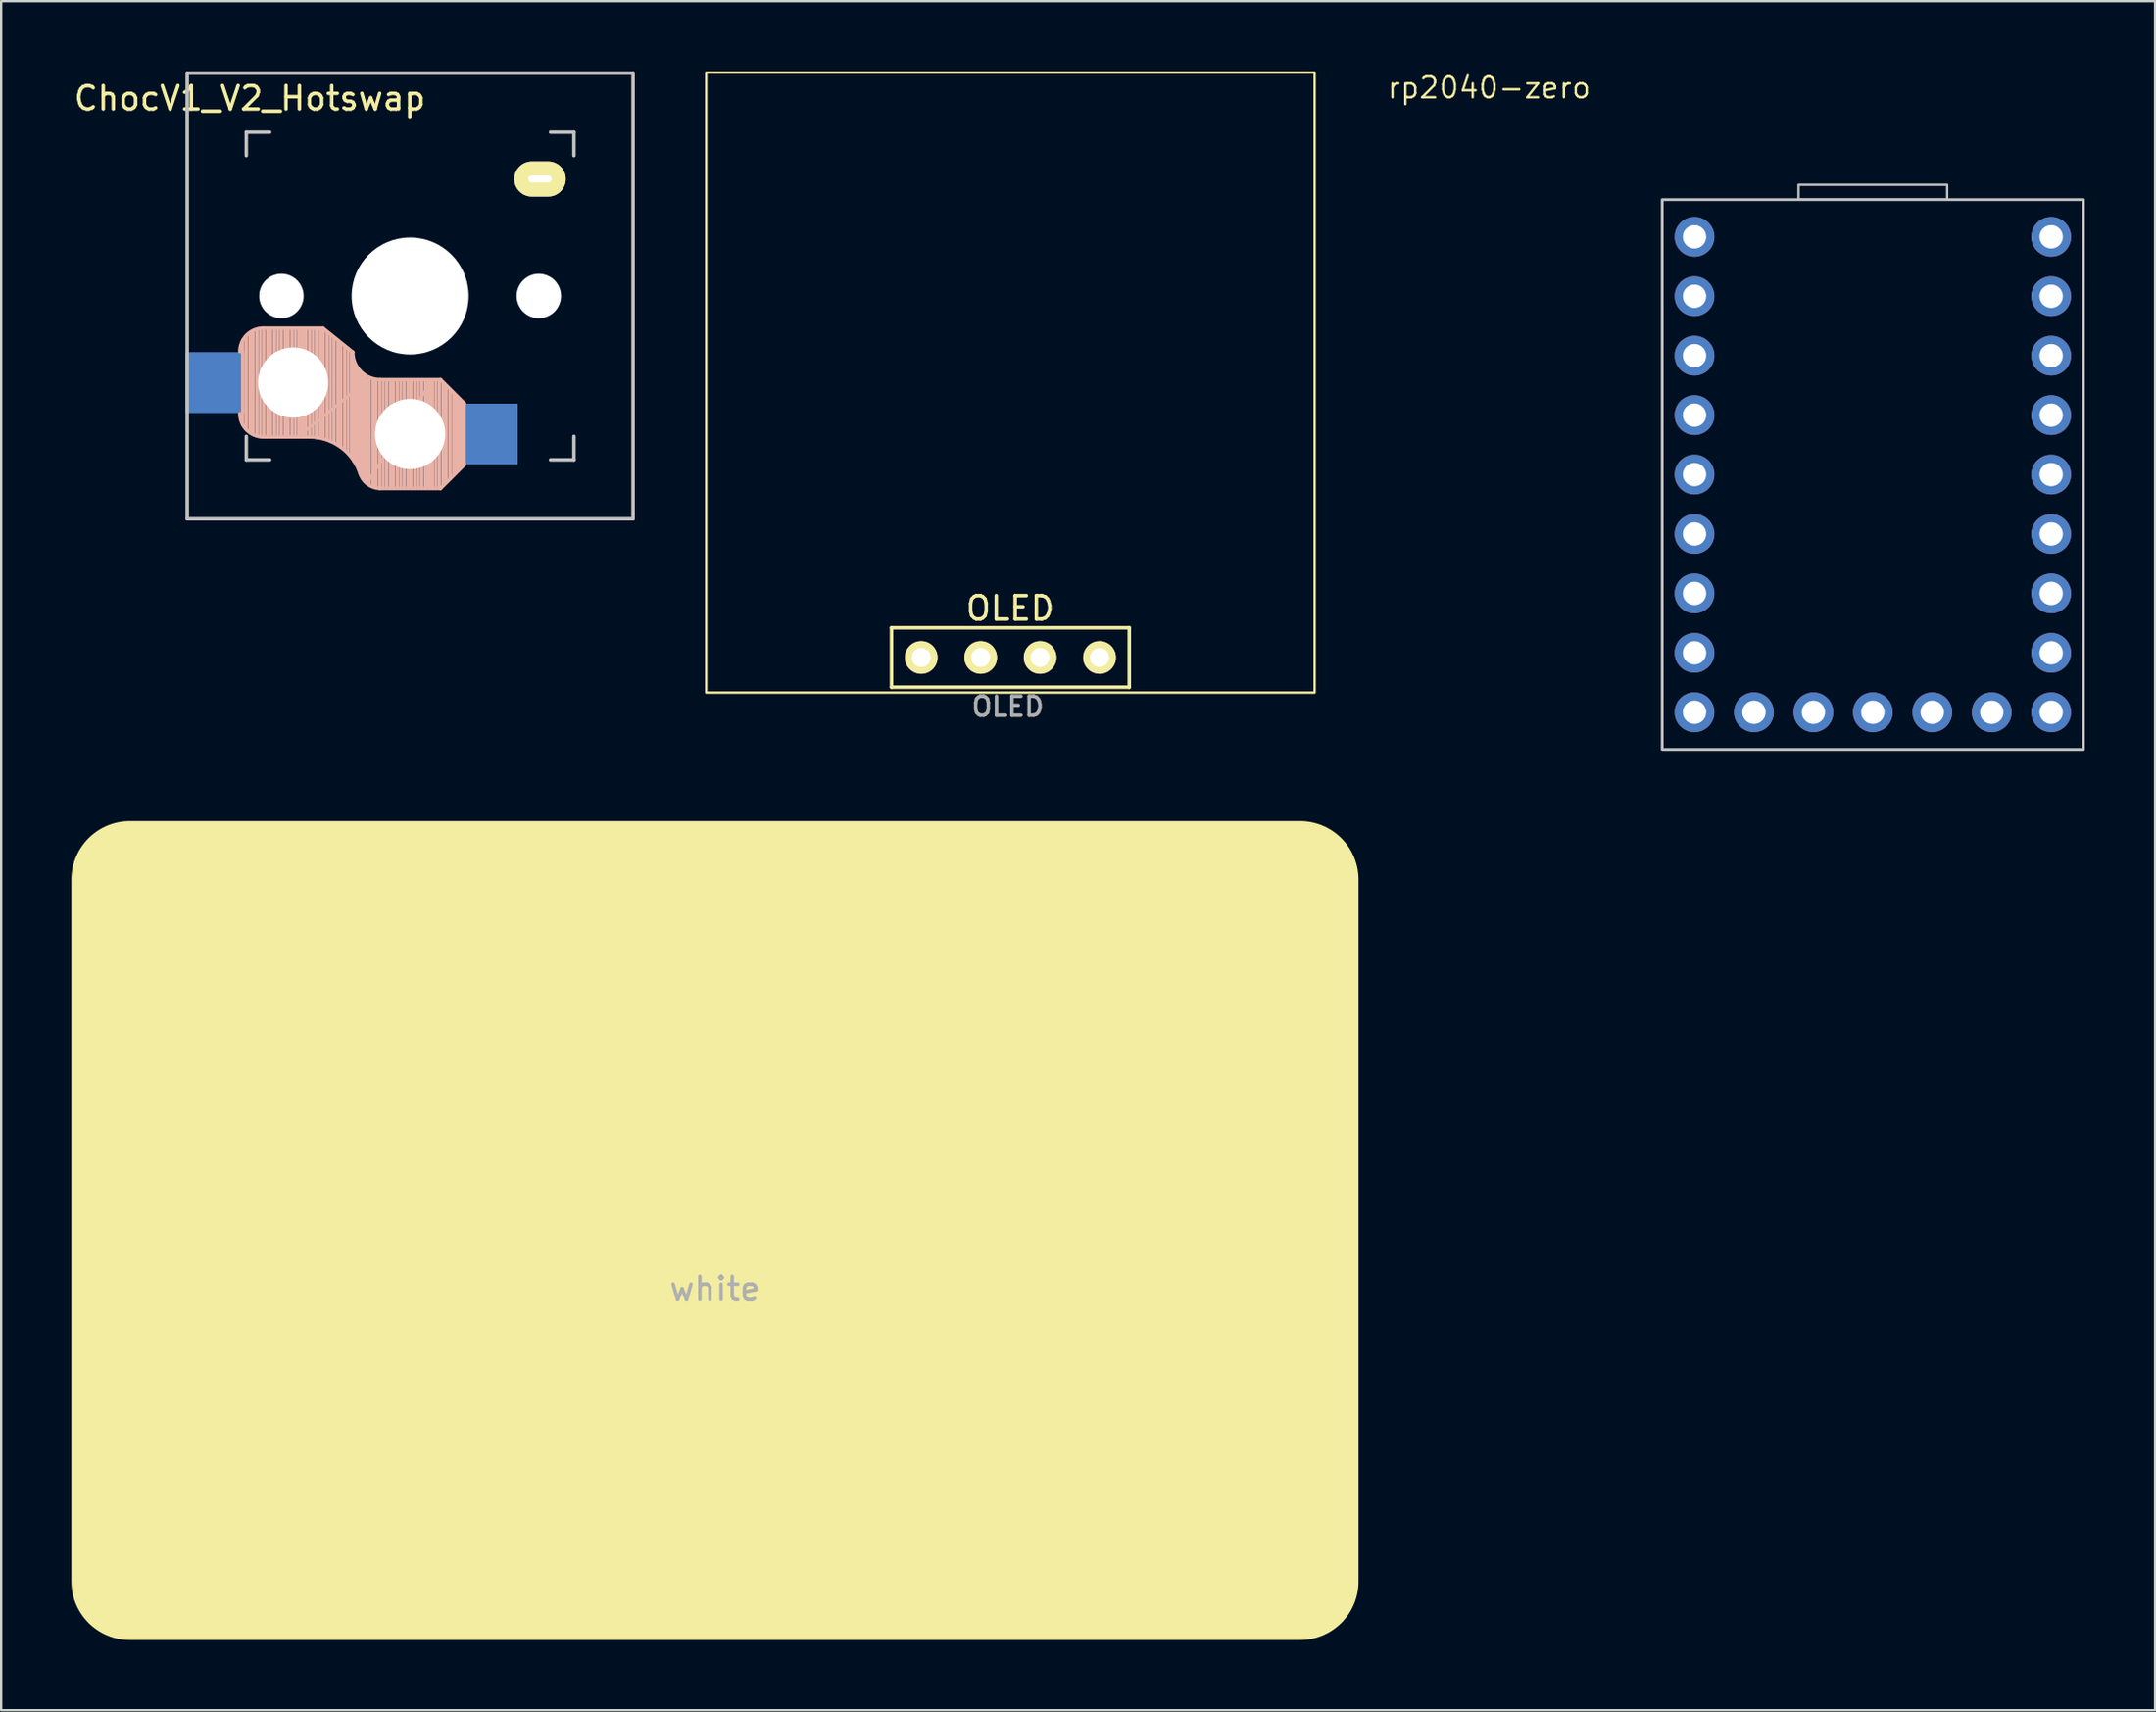
<source format=kicad_pcb>
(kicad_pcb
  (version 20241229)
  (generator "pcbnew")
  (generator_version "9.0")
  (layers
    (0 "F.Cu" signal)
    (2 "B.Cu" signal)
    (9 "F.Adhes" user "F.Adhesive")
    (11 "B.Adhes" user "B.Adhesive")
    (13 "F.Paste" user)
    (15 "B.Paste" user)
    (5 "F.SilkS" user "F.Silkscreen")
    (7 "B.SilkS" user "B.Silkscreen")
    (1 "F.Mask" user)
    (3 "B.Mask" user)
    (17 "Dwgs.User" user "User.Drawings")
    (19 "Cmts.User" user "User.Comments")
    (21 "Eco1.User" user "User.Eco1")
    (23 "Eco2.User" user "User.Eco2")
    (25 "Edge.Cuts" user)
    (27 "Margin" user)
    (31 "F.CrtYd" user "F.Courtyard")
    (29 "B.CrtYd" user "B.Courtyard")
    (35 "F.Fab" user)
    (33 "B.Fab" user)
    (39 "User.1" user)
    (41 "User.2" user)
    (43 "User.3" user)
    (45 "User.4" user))
  (footprint "ChocV1_V2_Hotswap"
    (layer "F.Cu")
    (at 14.475 9.6)
    (property "Reference" "ChocV1_V2_Hotswap" (at -6.85 -8.45 0) (layer "F.SilkS") (effects (font (size 1 1) (thickness 0.15))))
    (attr through_hole)
    (fp_line (start -7.15 5.5) (end -7.15 1.9) (stroke (width 0.15) (type solid)) (layer "B.SilkS"))
    (fp_line (start -7 5.7) (end -7 1.7) (stroke (width 0.15) (type solid)) (layer "B.SilkS"))
    (fp_line (start -6.85 5.8) (end -6.85 1.6) (stroke (width 0.15) (type solid)) (layer "B.SilkS"))
    (fp_line (start -6.7 5.9) (end -6.7 1.5) (stroke (width 0.15) (type solid)) (layer "B.SilkS"))
    (fp_line (start -6.55 5.95) (end -6.55 1.45) (stroke (width 0.15) (type solid)) (layer "B.SilkS"))
    (fp_line (start -6.4 6) (end -6.4 1.45) (stroke (width 0.15) (type solid)) (layer "B.SilkS"))
    (fp_line (start -6.25 6) (end -6.25 1.4) (stroke (width 0.15) (type solid)) (layer "B.SilkS"))
    (fp_line (start -6.1 6) (end -6.1 1.4) (stroke (width 0.15) (type solid)) (layer "B.SilkS"))
    (fp_line (start -5.95 6) (end -5.95 1.4) (stroke (width 0.15) (type solid)) (layer "B.SilkS"))
    (fp_line (start -5.8 6) (end -5.8 1.4) (stroke (width 0.15) (type solid)) (layer "B.SilkS"))
    (fp_line (start -5.65 6) (end -5.65 1.4) (stroke (width 0.15) (type solid)) (layer "B.SilkS"))
    (fp_line (start -5.5 6) (end -5.5 1.4) (stroke (width 0.15) (type solid)) (layer "B.SilkS"))
    (fp_line (start -5.35 6) (end -5.35 1.4) (stroke (width 0.15) (type solid)) (layer "B.SilkS"))
    (fp_line (start -5.2 6) (end -5.2 1.4) (stroke (width 0.15) (type solid)) (layer "B.SilkS"))
    (fp_line (start -5.05 6) (end -5.05 1.4) (stroke (width 0.15) (type solid)) (layer "B.SilkS"))
    (fp_line (start -4.9 6) (end -4.9 1.4) (stroke (width 0.15) (type solid)) (layer "B.SilkS"))
    (fp_line (start -4.75 6) (end -4.75 1.4) (stroke (width 0.15) (type solid)) (layer "B.SilkS"))
    (fp_line (start -4.65 5.9) (end -4.65 1.4) (stroke (width 0.12) (type solid)) (layer "B.SilkS"))
    (fp_line (start -4.6 6) (end -4.6 1.4) (stroke (width 0.15) (type solid)) (layer "B.SilkS"))
    (fp_line (start -4.45 6) (end -4.45 1.4) (stroke (width 0.15) (type solid)) (layer "B.SilkS"))
    (fp_line (start -4.3 6) (end -4.3 1.4) (stroke (width 0.15) (type solid)) (layer "B.SilkS"))
    (fp_line (start -4.3 6.025) (end -6.275 6.025) (stroke (width 0.15) (type solid)) (layer "B.SilkS"))
    (fp_line (start -4.15 6) (end -4.15 1.45) (stroke (width 0.15) (type solid)) (layer "B.SilkS"))
    (fp_line (start -4 6.05) (end -4 1.4) (stroke (width 0.15) (type solid)) (layer "B.SilkS"))
    (fp_line (start -3.85 6.05) (end -3.85 1.4) (stroke (width 0.15) (type solid)) (layer "B.SilkS"))
    (fp_line (start -3.725 1.375) (end -6.275 1.375) (stroke (width 0.15) (type solid)) (layer "B.SilkS"))
    (fp_line (start -3.725 1.375) (end -2.45 2.4) (stroke (width 0.15) (type solid)) (layer "B.SilkS"))
    (fp_line (start -3.7 6.05) (end -3.7 1.45) (stroke (width 0.15) (type solid)) (layer "B.SilkS"))
    (fp_line (start -3.55 6.1) (end -3.55 1.55) (stroke (width 0.15) (type solid)) (layer "B.SilkS"))
    (fp_line (start -3.4 6.2) (end -3.4 1.65) (stroke (width 0.15) (type solid)) (layer "B.SilkS"))
    (fp_line (start -3.25 6.25) (end -3.25 1.8) (stroke (width 0.15) (type solid)) (layer "B.SilkS"))
    (fp_line (start -3.1 6.35) (end -3.1 1.9) (stroke (width 0.15) (type solid)) (layer "B.SilkS"))
    (fp_line (start -2.95 6.45) (end -2.95 2.05) (stroke (width 0.15) (type solid)) (layer "B.SilkS"))
    (fp_line (start -2.8 6.55) (end -2.8 2.15) (stroke (width 0.15) (type solid)) (layer "B.SilkS"))
    (fp_line (start -2.65 6.7) (end -2.65 2.25) (stroke (width 0.15) (type solid)) (layer "B.SilkS"))
    (fp_line (start -2.5 6.85) (end -2.5 2.4) (stroke (width 0.15) (type solid)) (layer "B.SilkS"))
    (fp_line (start -2.4 7.05) (end -2.4 2.9) (stroke (width 0.15) (type solid)) (layer "B.SilkS"))
    (fp_line (start -2.3 7.2) (end -2.3 3.05) (stroke (width 0.15) (type solid)) (layer "B.SilkS"))
    (fp_line (start -2.2 7.4) (end -2.2 3.25) (stroke (width 0.15) (type solid)) (layer "B.SilkS"))
    (fp_line (start -2.1 7.55) (end -2.1 3.35) (stroke (width 0.15) (type solid)) (layer "B.SilkS"))
    (fp_line (start -2 7.8) (end -2 3.4) (stroke (width 0.15) (type solid)) (layer "B.SilkS"))
    (fp_line (start -1.9 7.95) (end -1.9 3.45) (stroke (width 0.15) (type solid)) (layer "B.SilkS"))
    (fp_line (start -1.8 3.6) (end -4.65 5.9) (stroke (width 0.12) (type solid)) (layer "B.SilkS"))
    (fp_line (start -1.8 7.95) (end -1.8 3.6) (stroke (width 0.12) (type solid)) (layer "B.SilkS"))
    (fp_line (start -1.75 8.05) (end -1.75 3.5) (stroke (width 0.15) (type solid)) (layer "B.SilkS"))
    (fp_line (start -1.6 8.15) (end -1.6 3.6) (stroke (width 0.15) (type solid)) (layer "B.SilkS"))
    (fp_line (start -1.45 8.2) (end -1.45 3.6) (stroke (width 0.15) (type solid)) (layer "B.SilkS"))
    (fp_line (start -1.3 8.2) (end -1.3 3.6) (stroke (width 0.15) (type solid)) (layer "B.SilkS"))
    (fp_line (start -1.15 8.2) (end -1.15 3.65) (stroke (width 0.15) (type solid)) (layer "B.SilkS"))
    (fp_line (start -1 8.2) (end -1 3.6) (stroke (width 0.15) (type solid)) (layer "B.SilkS"))
    (fp_line (start -0.85 8.2) (end -0.85 3.6) (stroke (width 0.15) (type solid)) (layer "B.SilkS"))
    (fp_line (start -0.7 8.2) (end -0.7 3.6) (stroke (width 0.15) (type solid)) (layer "B.SilkS"))
    (fp_line (start -0.55 8.2) (end -0.55 3.6) (stroke (width 0.15) (type solid)) (layer "B.SilkS"))
    (fp_line (start -0.4 8.2) (end -0.4 3.6) (stroke (width 0.15) (type solid)) (layer "B.SilkS"))
    (fp_line (start -0.25 8.2) (end -0.25 3.6) (stroke (width 0.15) (type solid)) (layer "B.SilkS"))
    (fp_line (start -0.1 8.2) (end -0.1 3.6) (stroke (width 0.15) (type solid)) (layer "B.SilkS"))
    (fp_line (start 0.05 8.2) (end 0.05 3.6) (stroke (width 0.15) (type solid)) (layer "B.SilkS"))
    (fp_line (start 0.2 8.2) (end 0.2 3.6) (stroke (width 0.15) (type solid)) (layer "B.SilkS"))
    (fp_line (start 0.35 8.2) (end 0.35 3.6) (stroke (width 0.15) (type solid)) (layer "B.SilkS"))
    (fp_line (start 0.5 8.2) (end 0.5 3.6) (stroke (width 0.15) (type solid)) (layer "B.SilkS"))
    (fp_line (start 0.65 8.2) (end 0.65 3.6) (stroke (width 0.15) (type solid)) (layer "B.SilkS"))
    (fp_line (start 0.8 8.2) (end 0.8 3.6) (stroke (width 0.15) (type solid)) (layer "B.SilkS"))
    (fp_line (start 0.9 3.65) (end -1.8 7.95) (stroke (width 0.12) (type solid)) (layer "B.SilkS"))
    (fp_line (start 0.9 8.1) (end 0.9 3.65) (stroke (width 0.12) (type solid)) (layer "B.SilkS"))
    (fp_line (start 0.95 8.2) (end 0.95 3.6) (stroke (width 0.15) (type solid)) (layer "B.SilkS"))
    (fp_line (start 1.1 8.2) (end 1.1 3.6) (stroke (width 0.15) (type solid)) (layer "B.SilkS"))
    (fp_line (start 1.25 8.2) (end 1.25 3.6) (stroke (width 0.15) (type solid)) (layer "B.SilkS"))
    (fp_line (start 1.3 3.575) (end -1.275 3.575) (stroke (width 0.15) (type solid)) (layer "B.SilkS"))
    (fp_line (start 1.3 3.575) (end 2.325 4.6) (stroke (width 0.15) (type solid)) (layer "B.SilkS"))
    (fp_line (start 1.3 8.225) (end -1.3 8.225) (stroke (width 0.15) (type solid)) (layer "B.SilkS"))
    (fp_line (start 1.3 8.225) (end 2.325 7.2) (stroke (width 0.15) (type solid)) (layer "B.SilkS"))
    (fp_line (start 1.4 8.1) (end 1.4 3.7) (stroke (width 0.15) (type solid)) (layer "B.SilkS"))
    (fp_line (start 1.55 7.95) (end 1.55 3.85) (stroke (width 0.15) (type solid)) (layer "B.SilkS"))
    (fp_line (start 1.7 7.8) (end 1.7 4) (stroke (width 0.15) (type solid)) (layer "B.SilkS"))
    (fp_line (start 1.85 7.65) (end 1.85 4.15) (stroke (width 0.15) (type solid)) (layer "B.SilkS"))
    (fp_line (start 1.95 7.55) (end 1.95 4.25) (stroke (width 0.15) (type solid)) (layer "B.SilkS"))
    (fp_line (start 2.05 7.45) (end 2.05 4.35) (stroke (width 0.15) (type solid)) (layer "B.SilkS"))
    (fp_line (start 2.15 7.35) (end 2.15 4.45) (stroke (width 0.15) (type solid)) (layer "B.SilkS"))
    (fp_line (start 2.3 4.575) (end 2.3 7.225) (stroke (width 0.15) (type solid)) (layer "B.SilkS"))
    (fp_arc (start -7.275 2.375) (mid -6.982107 1.667893) (end -6.275 1.375) (stroke (width 0.15) (type solid)) (layer "B.SilkS"))
    (fp_arc (start -6.275 6.025) (mid -6.982107 5.732107) (end -7.275 5.025) (stroke (width 0.15) (type solid)) (layer "B.SilkS"))
    (fp_arc (start -4.3 6.025) (mid -2.995114 6.436429) (end -2.162199 7.521904) (stroke (width 0.15) (type solid)) (layer "B.SilkS"))
    (fp_arc (start -1.300995 8.223791) (mid -1.848284 8.016021) (end -2.162199 7.521904) (stroke (width 0.15) (type solid)) (layer "B.SilkS"))
    (fp_arc (start -1.275 3.575) (mid -2.10585 3.23085) (end -2.45 2.4) (stroke (width 0.15) (type solid)) (layer "B.SilkS"))
    (fp_line (start -9.525 -9.525) (end 9.525 -9.525) (stroke (width 0.15) (type solid)) (layer "Dwgs.User"))
    (fp_line (start -9.525 9.525) (end -9.525 -9.525) (stroke (width 0.15) (type solid)) (layer "Dwgs.User"))
    (fp_line (start -7 -7) (end -6 -7) (stroke (width 0.15) (type solid)) (layer "Dwgs.User"))
    (fp_line (start -7 -6) (end -7 -7) (stroke (width 0.15) (type solid)) (layer "Dwgs.User"))
    (fp_line (start -7 7) (end -7 6) (stroke (width 0.15) (type solid)) (layer "Dwgs.User"))
    (fp_line (start -6 7) (end -7 7) (stroke (width 0.15) (type solid)) (layer "Dwgs.User"))
    (fp_line (start 6 7) (end 7 7) (stroke (width 0.15) (type solid)) (layer "Dwgs.User"))
    (fp_line (start 7 -7) (end 6 -7) (stroke (width 0.15) (type solid)) (layer "Dwgs.User"))
    (fp_line (start 7 -6) (end 7 -7) (stroke (width 0.15) (type solid)) (layer "Dwgs.User"))
    (fp_line (start 7 7) (end 7 6) (stroke (width 0.15) (type solid)) (layer "Dwgs.User"))
    (fp_line (start 9.525 -9.525) (end 9.525 9.525) (stroke (width 0.15) (type solid)) (layer "Dwgs.User"))
    (fp_line (start 9.525 9.525) (end -9.525 9.525) (stroke (width 0.15) (type solid)) (layer "Dwgs.User"))
    (pad "" np_thru_hole circle (at -5.5 0 90) (size 1.9 1.9) (drill 1.9) (layers "*.Cu" "*.Mask"))
    (pad "" np_thru_hole circle (at -5 3.7 90) (size 3 3) (drill 3) (layers "*.Cu" "*.Mask"))
    (pad "" np_thru_hole circle (at 0 0 90) (size 5 5) (drill 5) (layers "*.Cu" "*.Mask"))
    (pad "" np_thru_hole circle (at 0 5.9 90) (size 3 3) (drill 3) (layers "*.Cu" "*.Mask"))
    (pad "" np_thru_hole circle (at 5.5 0 90) (size 1.9 1.9) (drill 1.9) (layers "*.Cu" "*.Mask"))
    (pad "" thru_hole oval (at 5.55 -5 180) (size 2.2 1.5) (drill oval 1 0.3) (layers "*.Cu" "B.Mask" "F.SilkS"))
    (pad "1" smd rect (at -8.3 3.7 180) (size 2.6 2.6) (layers "B.Cu" "B.Mask" "B.Paste"))
    (pad "2" smd rect (at 3.3 5.9 180) (size 2.6 2.6) (layers "B.Cu" "B.Mask" "B.Paste")))
  (footprint "OLED"
    (layer "F.Cu")
    (at 40.125 25.05)
    (property "Reference" "OLED" (at -0.11 2.1 180) (layer "F.Fab") (effects (font (size 0.813 0.813) (thickness 0.15))))
    (attr through_hole)
    (fp_line (start -5.08 -1.27) (end 5.08 -1.27) (stroke (width 0.15) (type solid)) (layer "F.SilkS"))
    (fp_line (start -5.08 1.27) (end -5.08 -1.27) (stroke (width 0.15) (type solid)) (layer "F.SilkS"))
    (fp_line (start -5.08 1.27) (end 5.08 1.27) (stroke (width 0.15) (type solid)) (layer "F.SilkS"))
    (fp_line (start 5.08 -1.27) (end 5.08 1.27) (stroke (width 0.15) (type solid)) (layer "F.SilkS"))
    (fp_rect (start -13 -25) (end 13 1.5) (stroke (width 0.1) (type default)) (fill no) (layer "F.SilkS"))
    (fp_text user "OLED" (at -0.01 -2.1 0) (layer "F.SilkS") (effects (font (size 1 1) (thickness 0.15))))
    (pad "1" thru_hole circle (at -3.81 0) (size 1.397 1.397) (drill 0.813) (layers "*.Cu" "*.Mask" "F.SilkS"))
    (pad "2" thru_hole circle (at -1.27 0) (size 1.397 1.397) (drill 0.813) (layers "*.Cu" "*.Mask" "F.SilkS"))
    (pad "3" thru_hole circle (at 1.27 0) (size 1.397 1.397) (drill 0.813) (layers "*.Cu" "*.Mask" "F.SilkS"))
    (pad "4" thru_hole circle (at 3.81 0) (size 1.397 1.397) (drill 0.813) (layers "*.Cu" "*.Mask" "F.SilkS")))
  (footprint "rp2040-zero"
    (layer "F.Cu")
    (at 76.977 17.231)
    (property "Reference" "rp2040-zero" (at -16.399 -16.533 0) (layer "F.SilkS") (effects (font (size 0.889 0.889) (thickness 0.102))))
    (attr through_hole exclude_from_pos_files)
    (fp_rect (start -9 -11.75) (end 9 11.75) (stroke (width 0.12) (type solid)) (fill no) (layer "Dwgs.User"))
    (fp_rect (start -3.175 -11.75) (end 3.175 -12.385) (stroke (width 0.1) (type default)) (fill no) (layer "Dwgs.User"))
    (pad "1" thru_hole oval (at 7.62 -10.16 180) (size 1.7 1.7) (drill 1) (layers "*.Cu" "*.Mask"))
    (pad "2" thru_hole oval (at 7.62 -7.62 180) (size 1.7 1.7) (drill 1) (layers "*.Cu" "*.Mask"))
    (pad "3" thru_hole oval (at 7.62 -5.08 180) (size 1.7 1.7) (drill 1) (layers "*.Cu" "*.Mask"))
    (pad "4" thru_hole oval (at 7.62 -2.54 180) (size 1.7 1.7) (drill 1) (layers "*.Cu" "*.Mask"))
    (pad "5" thru_hole oval (at 7.62 0 180) (size 1.7 1.7) (drill 1) (layers "*.Cu" "*.Mask"))
    (pad "6" thru_hole oval (at 7.62 2.54 180) (size 1.7 1.7) (drill 1) (layers "*.Cu" "*.Mask"))
    (pad "7" thru_hole oval (at 7.62 5.08 180) (size 1.7 1.7) (drill 1) (layers "*.Cu" "*.Mask"))
    (pad "8" thru_hole oval (at 7.62 7.62 180) (size 1.7 1.7) (drill 1) (layers "*.Cu" "*.Mask"))
    (pad "9" thru_hole oval (at 7.62 10.16 180) (size 1.7 1.7) (drill 1) (layers "*.Cu" "*.Mask"))
    (pad "10" thru_hole oval (at 5.08 10.16 180) (size 1.7 1.7) (drill 1) (layers "*.Cu" "*.Mask"))
    (pad "11" thru_hole oval (at 2.54 10.16 180) (size 1.7 1.7) (drill 1) (layers "*.Cu" "*.Mask"))
    (pad "12" thru_hole oval (at 0 10.16 180) (size 1.7 1.7) (drill 1) (layers "*.Cu" "*.Mask"))
    (pad "13" thru_hole oval (at -2.54 10.16 180) (size 1.7 1.7) (drill 1) (layers "*.Cu" "*.Mask"))
    (pad "14" thru_hole oval (at -5.08 10.16 180) (size 1.7 1.7) (drill 1) (layers "*.Cu" "*.Mask"))
    (pad "15" thru_hole oval (at -7.62 10.16 180) (size 1.7 1.7) (drill 1) (layers "*.Cu" "*.Mask"))
    (pad "16" thru_hole oval (at -7.62 7.62 180) (size 1.7 1.7) (drill 1) (layers "*.Cu" "*.Mask"))
    (pad "17" thru_hole oval (at -7.62 5.08 180) (size 1.7 1.7) (drill 1) (layers "*.Cu" "*.Mask"))
    (pad "18" thru_hole oval (at -7.62 2.54 180) (size 1.7 1.7) (drill 1) (layers "*.Cu" "*.Mask"))
    (pad "19" thru_hole oval (at -7.62 0 180) (size 1.7 1.7) (drill 1) (layers "*.Cu" "*.Mask"))
    (pad "20" thru_hole oval (at -7.62 -2.54 180) (size 1.7 1.7) (drill 1) (layers "*.Cu" "*.Mask"))
    (pad "21" thru_hole oval (at -7.62 -5.08) (size 1.7 1.7) (drill 1) (layers "*.Cu" "*.Mask"))
    (pad "22" thru_hole oval (at -7.62 -7.62) (size 1.7 1.7) (drill 1) (layers "*.Cu" "*.Mask"))
    (pad "23" thru_hole oval (at -7.62 -10.16) (size 1.7 1.7) (drill 1) (layers "*.Cu" "*.Mask")))
  (footprint "white"
    (layer "F.Cu")
    (at 27.5 49.541)
    (property "Reference" "white" (at 0 -0.5 0) (unlocked yes) (layer "F.SilkS") (effects (font (size 1 1) (thickness 0.1))))
    (attr through_hole)
    (fp_rect (start -25 -15) (end 25 15) (stroke (width 5) (type solid)) (fill yes) (layer "F.SilkS"))
    (fp_text user "${REFERENCE}" (at 0 2.5 0) (unlocked yes) (layer "F.Fab") (effects (font (size 1 1) (thickness 0.15)))))
  (gr_rect
    (start -3 -3)
    (end 89.037 70.041)
    (stroke (width 0.1) (type default))
    (fill no)
    (layer "Edge.Cuts")))
</source>
